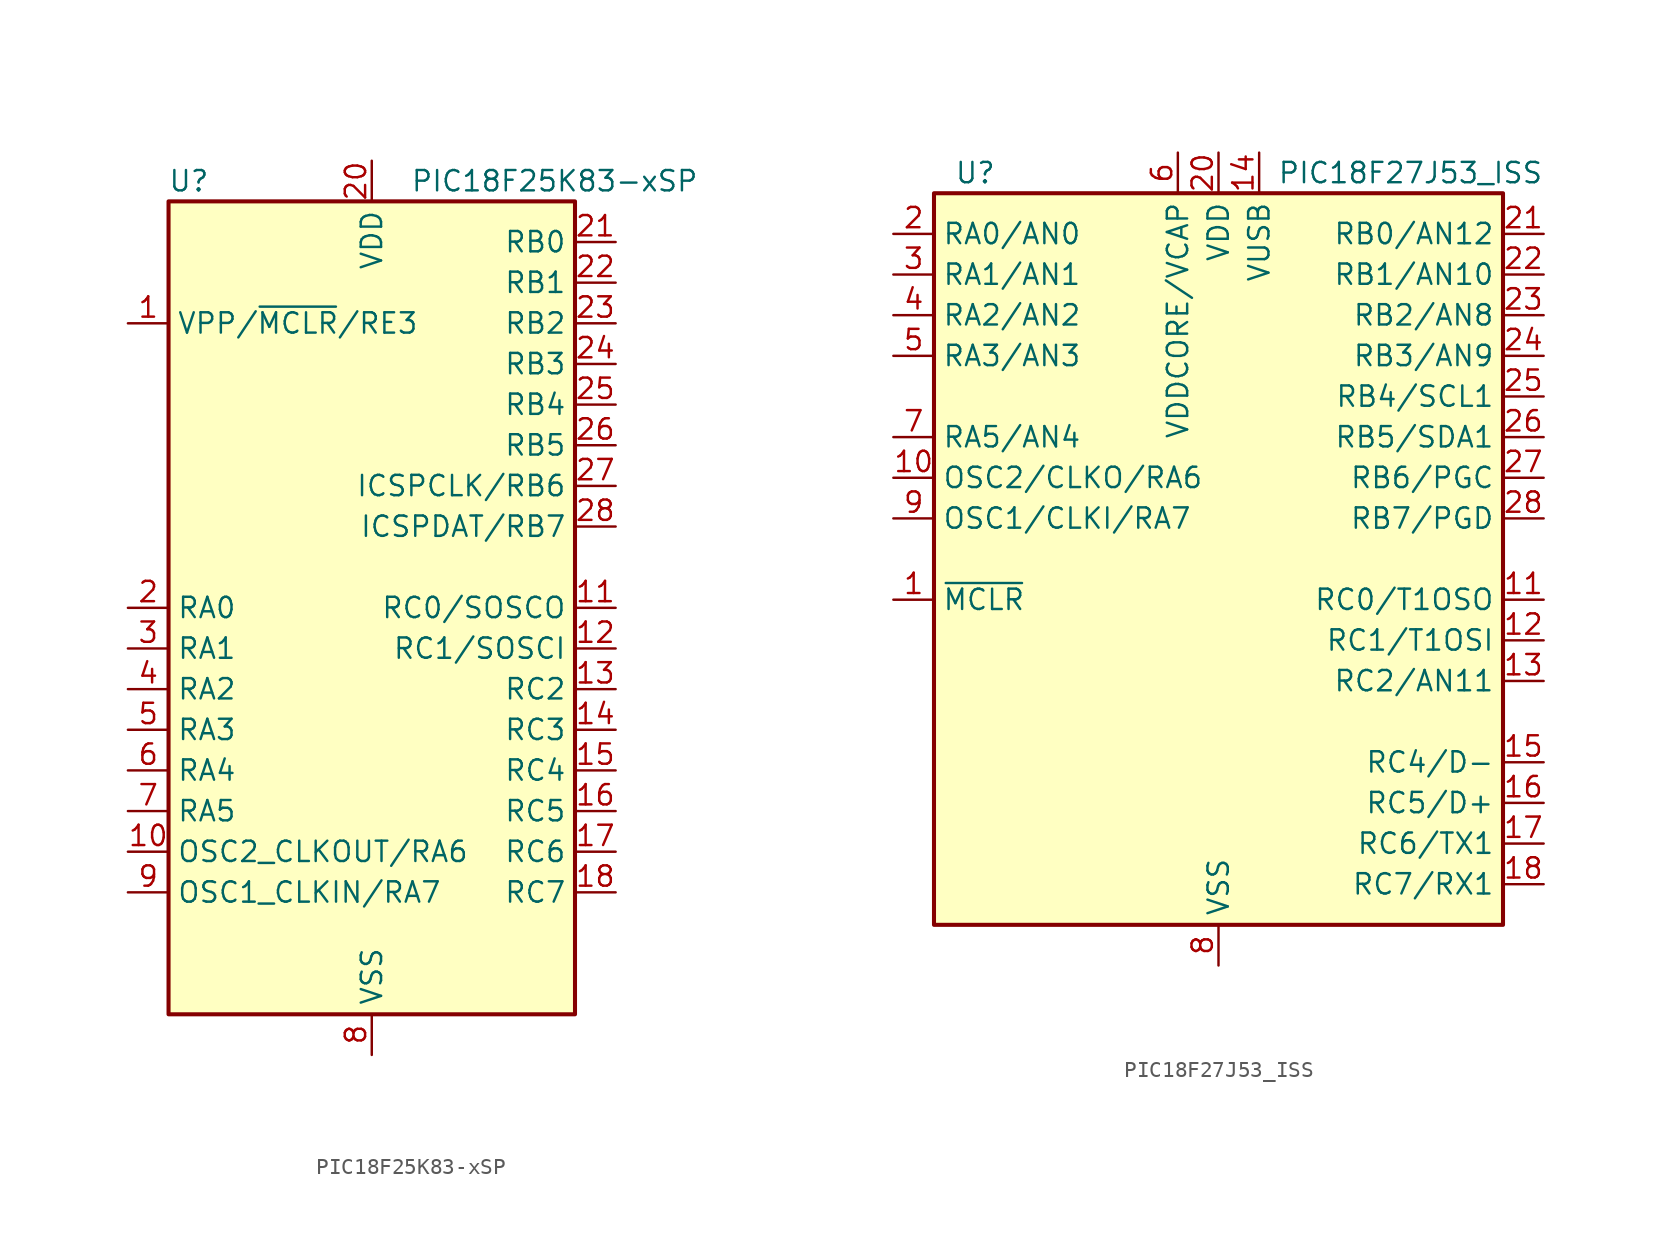
<source format=kicad_sym>
(kicad_symbol_lib
  (version 20220914)
  (generator kicad_symbol_editor)
  (symbol "PIC18F25K83-xSP"
    (property "Reference" "U"
      (at -11.43 26.67 0)
      (effects (font (size 1.27 1.27))))
    (property "Value" "PIC18F25K83-xSP"
      (at 11.43 26.67 0)
      (effects (font (size 1.27 1.27))))
    (symbol "PIC18F25K83-xSP_0_1"
      (rectangle (start -12.7 -25.4) (end 12.7 25.4) (stroke (width 0.254) (type default)) (fill (type background))))
    (symbol "PIC18F25K83-xSP_1_1"
      (pin input line (at -15.24 17.78 0) (length 2.54) (name "VPP/~{MCLR}/RE3" (effects (font (size 1.27 1.27)))) (number "1" (effects (font (size 1.27 1.27)))))
      (pin bidirectional line (at -15.24 -15.24 0) (length 2.54) (name "OSC2_CLKOUT/RA6" (effects (font (size 1.27 1.27)))) (number "10" (effects (font (size 1.27 1.27)))))
      (pin bidirectional line (at 15.24 0 180) (length 2.54) (name "RC0/SOSCO" (effects (font (size 1.27 1.27)))) (number "11" (effects (font (size 1.27 1.27)))))
      (pin bidirectional line (at 15.24 -2.54 180) (length 2.54) (name "RC1/SOSCI" (effects (font (size 1.27 1.27)))) (number "12" (effects (font (size 1.27 1.27)))))
      (pin bidirectional line (at 15.24 -5.08 180) (length 2.54) (name "RC2" (effects (font (size 1.27 1.27)))) (number "13" (effects (font (size 1.27 1.27)))))
      (pin bidirectional line (at 15.24 -7.62 180) (length 2.54) (name "RC3" (effects (font (size 1.27 1.27)))) (number "14" (effects (font (size 1.27 1.27)))))
      (pin bidirectional line (at 15.24 -10.16 180) (length 2.54) (name "RC4" (effects (font (size 1.27 1.27)))) (number "15" (effects (font (size 1.27 1.27)))))
      (pin bidirectional line (at 15.24 -12.7 180) (length 2.54) (name "RC5" (effects (font (size 1.27 1.27)))) (number "16" (effects (font (size 1.27 1.27)))))
      (pin bidirectional line (at 15.24 -15.24 180) (length 2.54) (name "RC6" (effects (font (size 1.27 1.27)))) (number "17" (effects (font (size 1.27 1.27)))))
      (pin bidirectional line (at 15.24 -17.78 180) (length 2.54) (name "RC7" (effects (font (size 1.27 1.27)))) (number "18" (effects (font (size 1.27 1.27)))))
      (pin passive line (at 0 -27.94 90) (length 2.54) hide (name "VSS" (effects (font (size 1.27 1.27)))) (number "19" (effects (font (size 1.27 1.27)))))
      (pin bidirectional line (at -15.24 0 0) (length 2.54) (name "RA0" (effects (font (size 1.27 1.27)))) (number "2" (effects (font (size 1.27 1.27)))))
      (pin power_in line (at 0 27.94 270) (length 2.54) (name "VDD" (effects (font (size 1.27 1.27)))) (number "20" (effects (font (size 1.27 1.27)))))
      (pin bidirectional line (at 15.24 22.86 180) (length 2.54) (name "RB0" (effects (font (size 1.27 1.27)))) (number "21" (effects (font (size 1.27 1.27)))))
      (pin bidirectional line (at 15.24 20.32 180) (length 2.54) (name "RB1" (effects (font (size 1.27 1.27)))) (number "22" (effects (font (size 1.27 1.27)))))
      (pin bidirectional line (at 15.24 17.78 180) (length 2.54) (name "RB2" (effects (font (size 1.27 1.27)))) (number "23" (effects (font (size 1.27 1.27)))))
      (pin bidirectional line (at 15.24 15.24 180) (length 2.54) (name "RB3" (effects (font (size 1.27 1.27)))) (number "24" (effects (font (size 1.27 1.27)))))
      (pin bidirectional line (at 15.24 12.7 180) (length 2.54) (name "RB4" (effects (font (size 1.27 1.27)))) (number "25" (effects (font (size 1.27 1.27)))))
      (pin bidirectional line (at 15.24 10.16 180) (length 2.54) (name "RB5" (effects (font (size 1.27 1.27)))) (number "26" (effects (font (size 1.27 1.27)))))
      (pin bidirectional line (at 15.24 7.62 180) (length 2.54) (name "ICSPCLK/RB6" (effects (font (size 1.27 1.27)))) (number "27" (effects (font (size 1.27 1.27)))))
      (pin bidirectional line (at 15.24 5.08 180) (length 2.54) (name "ICSPDAT/RB7" (effects (font (size 1.27 1.27)))) (number "28" (effects (font (size 1.27 1.27)))))
      (pin bidirectional line (at -15.24 -2.54 0) (length 2.54) (name "RA1" (effects (font (size 1.27 1.27)))) (number "3" (effects (font (size 1.27 1.27)))))
      (pin bidirectional line (at -15.24 -5.08 0) (length 2.54) (name "RA2" (effects (font (size 1.27 1.27)))) (number "4" (effects (font (size 1.27 1.27)))))
      (pin bidirectional line (at -15.24 -7.62 0) (length 2.54) (name "RA3" (effects (font (size 1.27 1.27)))) (number "5" (effects (font (size 1.27 1.27)))))
      (pin bidirectional line (at -15.24 -10.16 0) (length 2.54) (name "RA4" (effects (font (size 1.27 1.27)))) (number "6" (effects (font (size 1.27 1.27)))))
      (pin bidirectional line (at -15.24 -12.7 0) (length 2.54) (name "RA5" (effects (font (size 1.27 1.27)))) (number "7" (effects (font (size 1.27 1.27)))))
      (pin power_in line (at 0 -27.94 90) (length 2.54) (name "VSS" (effects (font (size 1.27 1.27)))) (number "8" (effects (font (size 1.27 1.27)))))
      (pin bidirectional line (at -15.24 -17.78 0) (length 2.54) (name "OSC1_CLKIN/RA7" (effects (font (size 1.27 1.27)))) (number "9" (effects (font (size 1.27 1.27)))))))
  (symbol "PIC18F27J53_ISS"
    (property "Reference" "U"
      (at -16.51 24.13 0)
      (effects (font (size 1.27 1.27)) (justify left)))
    (property "Value" "PIC18F27J53_ISS"
      (at 20.32 24.13 0)
      (effects (font (size 1.27 1.27)) (justify right)))
    (symbol "PIC18F27J53_ISS_0_1"
      (rectangle (start 17.78 -22.86) (end -17.78 22.86) (stroke (width 0.254) (type default)) (fill (type background))))
    (symbol "PIC18F27J53_ISS_1_1"
      (pin input line (at -20.32 -2.54 0) (length 2.54) (name "~{MCLR}" (effects (font (size 1.27 1.27)))) (number "1" (effects (font (size 1.27 1.27)))))
      (pin bidirectional line (at -20.32 5.08 0) (length 2.54) (name "OSC2/CLKO/RA6" (effects (font (size 1.27 1.27)))) (number "10" (effects (font (size 1.27 1.27)))))
      (pin bidirectional line (at 20.32 -2.54 180) (length 2.54) (name "RC0/T1OSO" (effects (font (size 1.27 1.27)))) (number "11" (effects (font (size 1.27 1.27)))))
      (pin bidirectional line (at 20.32 -5.08 180) (length 2.54) (name "RC1/T1OSI" (effects (font (size 1.27 1.27)))) (number "12" (effects (font (size 1.27 1.27)))))
      (pin bidirectional line (at 20.32 -7.62 180) (length 2.54) (name "RC2/AN11" (effects (font (size 1.27 1.27)))) (number "13" (effects (font (size 1.27 1.27)))))
      (pin power_in line (at 2.54 25.4 270) (length 2.54) (name "VUSB" (effects (font (size 1.27 1.27)))) (number "14" (effects (font (size 1.27 1.27)))))
      (pin bidirectional line (at 20.32 -12.7 180) (length 2.54) (name "RC4/D-" (effects (font (size 1.27 1.27)))) (number "15" (effects (font (size 1.27 1.27)))))
      (pin bidirectional line (at 20.32 -15.24 180) (length 2.54) (name "RC5/D+" (effects (font (size 1.27 1.27)))) (number "16" (effects (font (size 1.27 1.27)))))
      (pin bidirectional line (at 20.32 -17.78 180) (length 2.54) (name "RC6/TX1" (effects (font (size 1.27 1.27)))) (number "17" (effects (font (size 1.27 1.27)))))
      (pin bidirectional line (at 20.32 -20.32 180) (length 2.54) (name "RC7/RX1" (effects (font (size 1.27 1.27)))) (number "18" (effects (font (size 1.27 1.27)))))
      (pin passive line (at 0 -25.4 90) (length 2.54) hide (name "VSS" (effects (font (size 1.27 1.27)))) (number "19" (effects (font (size 1.27 1.27)))))
      (pin bidirectional line (at -20.32 20.32 0) (length 2.54) (name "RA0/AN0" (effects (font (size 1.27 1.27)))) (number "2" (effects (font (size 1.27 1.27)))))
      (pin power_in line (at 0 25.4 270) (length 2.54) (name "VDD" (effects (font (size 1.27 1.27)))) (number "20" (effects (font (size 1.27 1.27)))))
      (pin bidirectional line (at 20.32 20.32 180) (length 2.54) (name "RB0/AN12" (effects (font (size 1.27 1.27)))) (number "21" (effects (font (size 1.27 1.27)))))
      (pin bidirectional line (at 20.32 17.78 180) (length 2.54) (name "RB1/AN10" (effects (font (size 1.27 1.27)))) (number "22" (effects (font (size 1.27 1.27)))))
      (pin bidirectional line (at 20.32 15.24 180) (length 2.54) (name "RB2/AN8" (effects (font (size 1.27 1.27)))) (number "23" (effects (font (size 1.27 1.27)))))
      (pin bidirectional line (at 20.32 12.7 180) (length 2.54) (name "RB3/AN9" (effects (font (size 1.27 1.27)))) (number "24" (effects (font (size 1.27 1.27)))))
      (pin bidirectional line (at 20.32 10.16 180) (length 2.54) (name "RB4/SCL1" (effects (font (size 1.27 1.27)))) (number "25" (effects (font (size 1.27 1.27)))))
      (pin bidirectional line (at 20.32 7.62 180) (length 2.54) (name "RB5/SDA1" (effects (font (size 1.27 1.27)))) (number "26" (effects (font (size 1.27 1.27)))))
      (pin bidirectional line (at 20.32 5.08 180) (length 2.54) (name "RB6/PGC" (effects (font (size 1.27 1.27)))) (number "27" (effects (font (size 1.27 1.27)))))
      (pin bidirectional line (at 20.32 2.54 180) (length 2.54) (name "RB7/PGD" (effects (font (size 1.27 1.27)))) (number "28" (effects (font (size 1.27 1.27)))))
      (pin bidirectional line (at -20.32 17.78 0) (length 2.54) (name "RA1/AN1" (effects (font (size 1.27 1.27)))) (number "3" (effects (font (size 1.27 1.27)))))
      (pin bidirectional line (at -20.32 15.24 0) (length 2.54) (name "RA2/AN2" (effects (font (size 1.27 1.27)))) (number "4" (effects (font (size 1.27 1.27)))))
      (pin bidirectional line (at -20.32 12.7 0) (length 2.54) (name "RA3/AN3" (effects (font (size 1.27 1.27)))) (number "5" (effects (font (size 1.27 1.27)))))
      (pin power_in line (at -2.54 25.4 270) (length 2.54) (name "VDDCORE/VCAP" (effects (font (size 1.27 1.27)))) (number "6" (effects (font (size 1.27 1.27)))))
      (pin bidirectional line (at -20.32 7.62 0) (length 2.54) (name "RA5/AN4" (effects (font (size 1.27 1.27)))) (number "7" (effects (font (size 1.27 1.27)))))
      (pin power_in line (at 0 -25.4 90) (length 2.54) (name "VSS" (effects (font (size 1.27 1.27)))) (number "8" (effects (font (size 1.27 1.27)))))
      (pin bidirectional line (at -20.32 2.54 0) (length 2.54) (name "OSC1/CLKI/RA7" (effects (font (size 1.27 1.27)))) (number "9" (effects (font (size 1.27 1.27))))))))
</source>
